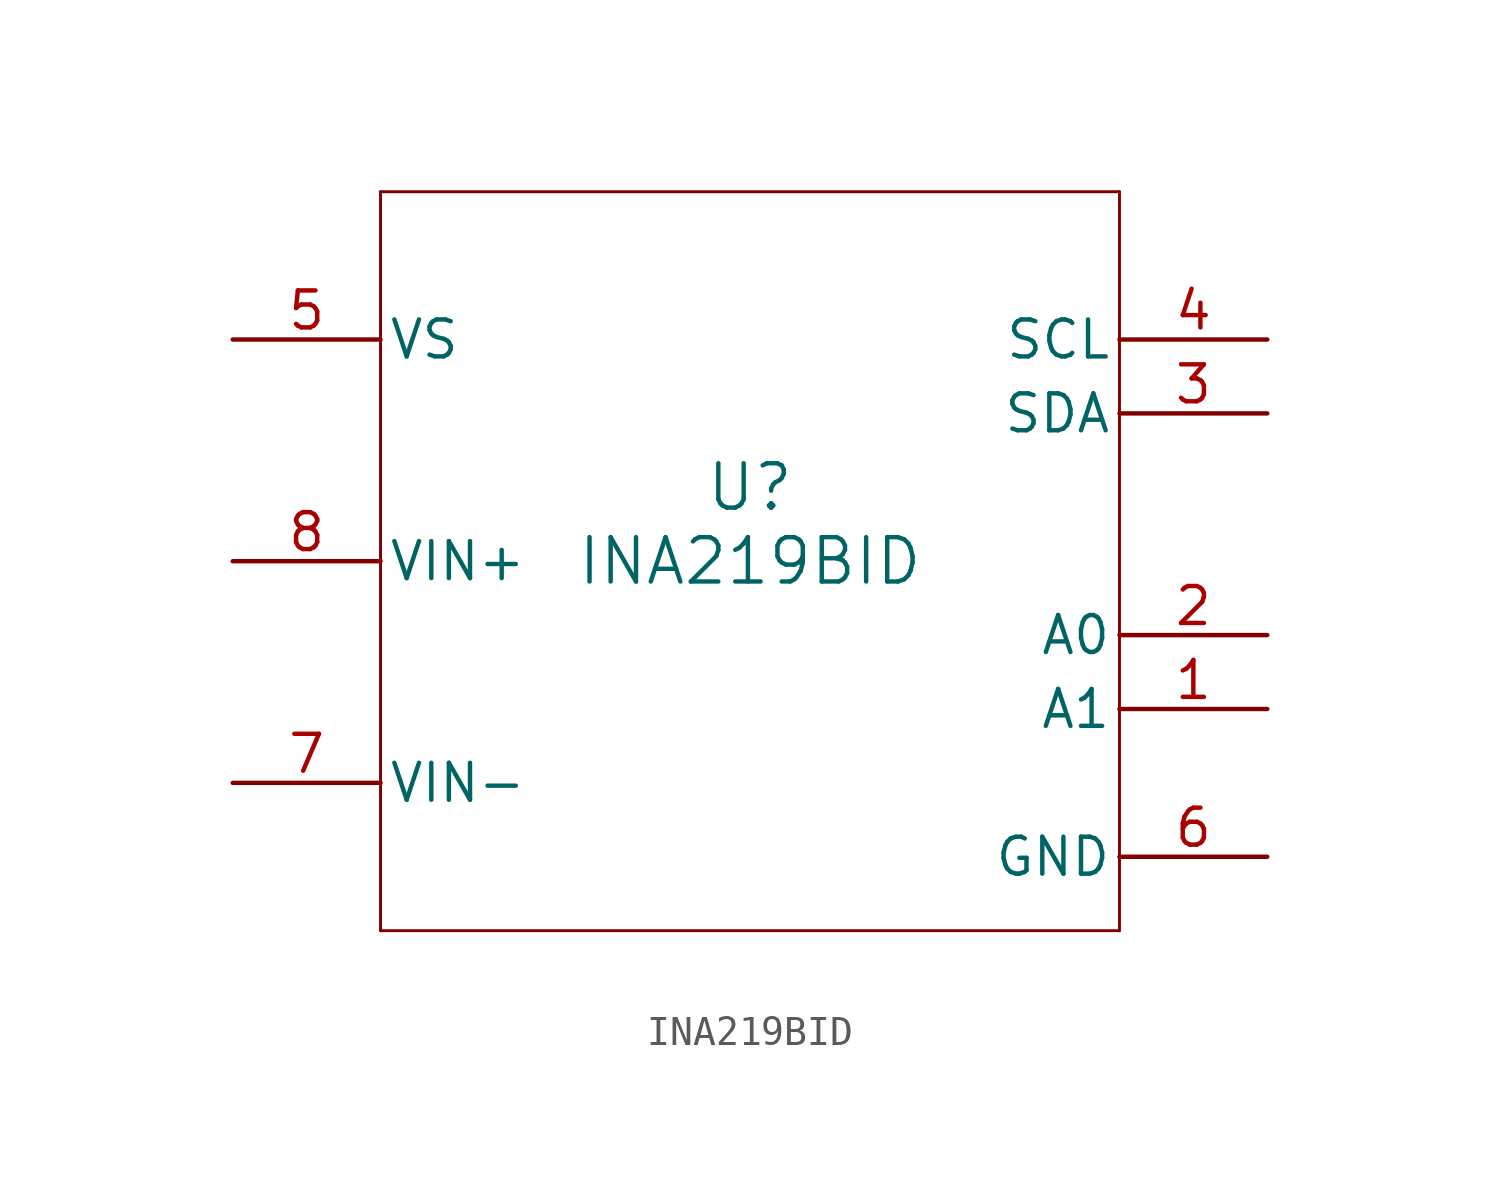
<source format=kicad_sym>
(kicad_symbol_lib
  (version 20211014)
  (generator kicad_symbol_editor)
  (symbol "INA219BID"
    (pin_names
      (offset 0.254))
    (property "Reference" "U"
      (at 0 2.54 0)
      (effects (font (size 1.524 1.524))))
    (property "Value" "INA219BID"
      (at 0 0 0)
      (effects (font (size 1.524 1.524))))
    (symbol "INA219BID_0_1"
      (polyline (pts (xy -12.7 -12.7) (xy 12.7 -12.7)) (stroke (width 0.102) (type default) (color 0 0 0 0)) (fill (type none)))
      (polyline (pts (xy 12.7 -12.7) (xy 12.7 12.7)) (stroke (width 0.102) (type default) (color 0 0 0 0)) (fill (type none)))
      (polyline (pts (xy 12.7 12.7) (xy -12.7 12.7)) (stroke (width 0.102) (type default) (color 0 0 0 0)) (fill (type none)))
      (polyline (pts (xy -12.7 12.7) (xy -12.7 -12.7)) (stroke (width 0.102) (type default) (color 0 0 0 0)) (fill (type none)))
      (pin input line (at 17.78 -5.08 180) (length 5.08) (name "A1" (effects (font (size 1.27 1.27)))) (number "1" (effects (font (size 1.27 1.27)))))
      (pin input line (at 17.78 -2.54 180) (length 5.08) (name "A0" (effects (font (size 1.27 1.27)))) (number "2" (effects (font (size 1.27 1.27)))))
      (pin bidirectional line (at 17.78 5.08 180) (length 5.08) (name "SDA" (effects (font (size 1.27 1.27)))) (number "3" (effects (font (size 1.27 1.27)))))
      (pin input line (at 17.78 7.62 180) (length 5.08) (name "SCL" (effects (font (size 1.27 1.27)))) (number "4" (effects (font (size 1.27 1.27)))))
      (pin power_in line (at -17.78 7.62 0) (length 5.08) (name "VS" (effects (font (size 1.27 1.27)))) (number "5" (effects (font (size 1.27 1.27)))))
      (pin power_in line (at 17.78 -10.16 180) (length 5.08) (name "GND" (effects (font (size 1.27 1.27)))) (number "6" (effects (font (size 1.27 1.27)))))
      (pin power_in line (at -17.78 -7.62 0) (length 5.08) (name "VIN-" (effects (font (size 1.27 1.27)))) (number "7" (effects (font (size 1.27 1.27)))))
      (pin power_in line (at -17.78 0 0) (length 5.08) (name "VIN+" (effects (font (size 1.27 1.27)))) (number "8" (effects (font (size 1.27 1.27))))))))
</source>
